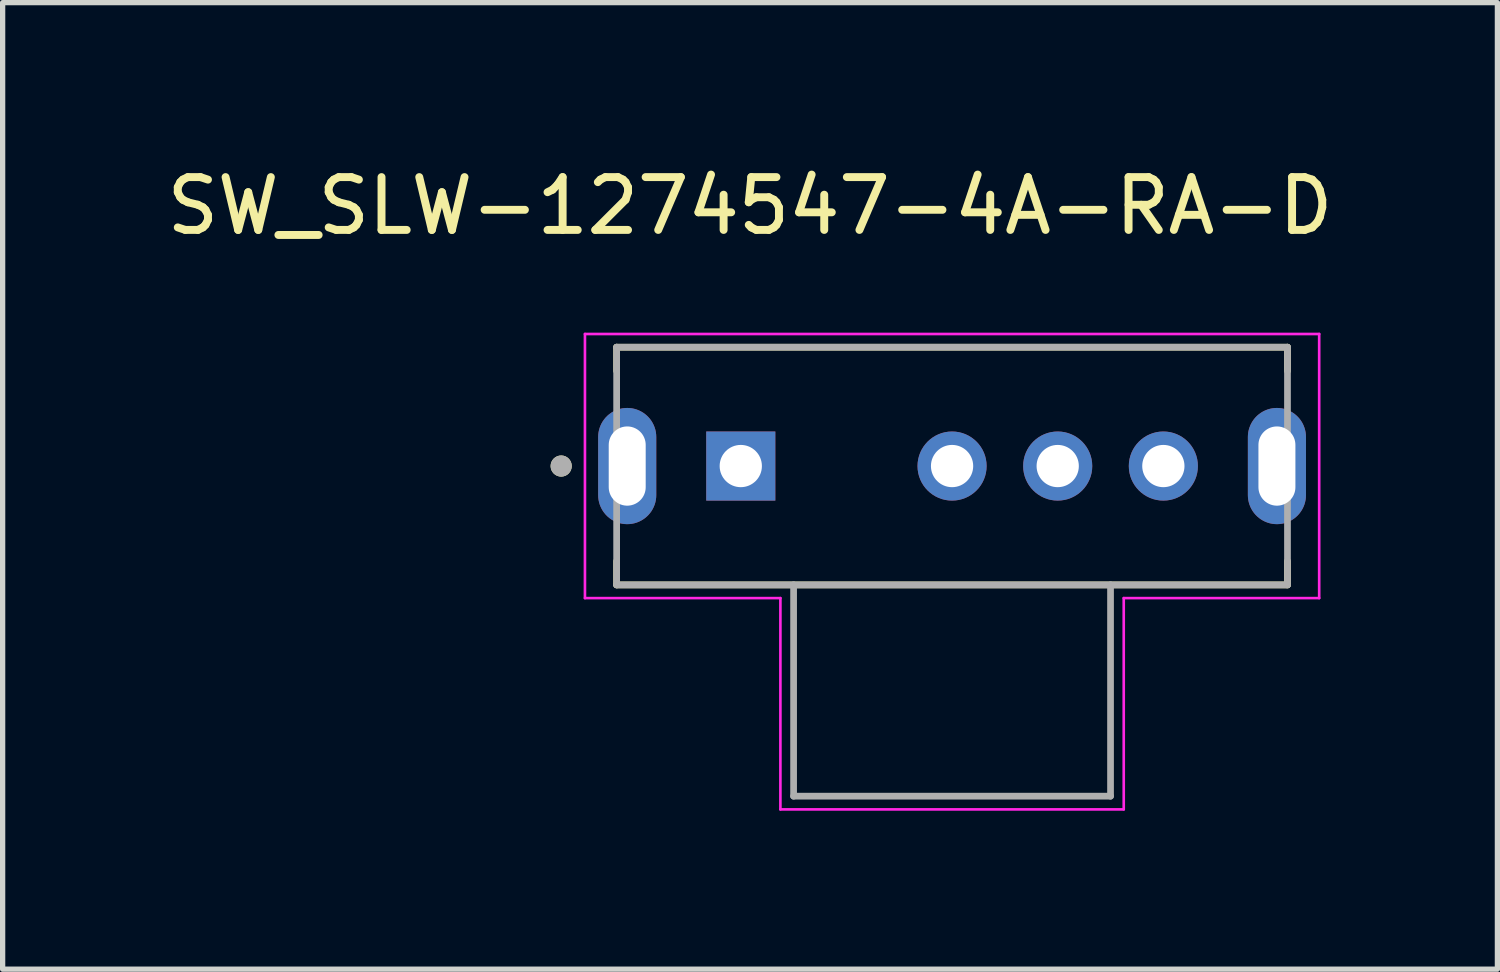
<source format=kicad_pcb>
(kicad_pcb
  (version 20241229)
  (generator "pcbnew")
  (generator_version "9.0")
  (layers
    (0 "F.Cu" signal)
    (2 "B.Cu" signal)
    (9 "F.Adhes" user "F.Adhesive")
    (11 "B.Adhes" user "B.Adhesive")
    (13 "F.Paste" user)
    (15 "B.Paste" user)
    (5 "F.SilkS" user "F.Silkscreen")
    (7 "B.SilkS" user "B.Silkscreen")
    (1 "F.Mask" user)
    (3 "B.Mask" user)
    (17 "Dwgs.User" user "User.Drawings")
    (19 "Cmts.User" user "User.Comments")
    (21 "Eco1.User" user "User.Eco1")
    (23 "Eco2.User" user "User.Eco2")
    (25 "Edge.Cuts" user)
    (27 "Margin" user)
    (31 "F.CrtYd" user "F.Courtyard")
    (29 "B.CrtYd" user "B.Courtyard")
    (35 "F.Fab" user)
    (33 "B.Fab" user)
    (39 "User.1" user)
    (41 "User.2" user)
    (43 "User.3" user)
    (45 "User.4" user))
  (footprint "SW_SLW-1274547-4A-RA-D"
    (layer "F.Cu")
    (at 14.974 5.773)
    (property "Reference" "SW_SLW-1274547-4A-RA-D" (at -3.825 -4.925 0) (layer "F.SilkS") (effects (font (size 1 1) (thickness 0.15))))
    (attr through_hole)
    (fp_line (start -6.35 -2.25) (end 6.35 -2.25) (stroke (width 0.127) (type solid)) (layer "F.SilkS"))
    (fp_line (start -6.35 -1.8) (end -6.35 -2.25) (stroke (width 0.127) (type solid)) (layer "F.SilkS"))
    (fp_line (start -6.35 2.25) (end -6.35 1.8) (stroke (width 0.127) (type solid)) (layer "F.SilkS"))
    (fp_line (start 6.35 -2.25) (end 6.35 -1.8) (stroke (width 0.127) (type solid)) (layer "F.SilkS"))
    (fp_line (start 6.35 1.8) (end 6.35 2.25) (stroke (width 0.127) (type solid)) (layer "F.SilkS"))
    (fp_line (start 6.35 2.25) (end -6.35 2.25) (stroke (width 0.127) (type solid)) (layer "F.SilkS"))
    (fp_circle (center -7.4 0) (end -7.3 0) (stroke (width 0.2) (type solid)) (fill no) (layer "F.SilkS"))
    (fp_line (start -6.95 -2.5) (end -6.95 2.5) (stroke (width 0.05) (type solid)) (layer "F.CrtYd"))
    (fp_line (start -6.95 2.5) (end -3.25 2.5) (stroke (width 0.05) (type solid)) (layer "F.CrtYd"))
    (fp_line (start -3.25 2.5) (end -3.25 6.5) (stroke (width 0.05) (type solid)) (layer "F.CrtYd"))
    (fp_line (start -3.25 6.5) (end 3.25 6.5) (stroke (width 0.05) (type solid)) (layer "F.CrtYd"))
    (fp_line (start 3.25 2.5) (end 6.95 2.5) (stroke (width 0.05) (type solid)) (layer "F.CrtYd"))
    (fp_line (start 3.25 6.5) (end 3.25 2.5) (stroke (width 0.05) (type solid)) (layer "F.CrtYd"))
    (fp_line (start 6.95 -2.5) (end -6.95 -2.5) (stroke (width 0.05) (type solid)) (layer "F.CrtYd"))
    (fp_line (start 6.95 2.5) (end 6.95 -2.5) (stroke (width 0.05) (type solid)) (layer "F.CrtYd"))
    (fp_line (start -6.35 -2.25) (end -6.35 2.25) (stroke (width 0.127) (type solid)) (layer "F.Fab"))
    (fp_line (start -6.35 2.25) (end -3 2.25) (stroke (width 0.127) (type solid)) (layer "F.Fab"))
    (fp_line (start -3 2.25) (end -3 6.25) (stroke (width 0.127) (type solid)) (layer "F.Fab"))
    (fp_line (start -3 2.25) (end 3 2.25) (stroke (width 0.127) (type solid)) (layer "F.Fab"))
    (fp_line (start -3 6.25) (end 3 6.25) (stroke (width 0.127) (type solid)) (layer "F.Fab"))
    (fp_line (start 3 2.25) (end 6.35 2.25) (stroke (width 0.127) (type solid)) (layer "F.Fab"))
    (fp_line (start 3 6.25) (end 3 2.25) (stroke (width 0.127) (type solid)) (layer "F.Fab"))
    (fp_line (start 6.35 -2.25) (end -6.35 -2.25) (stroke (width 0.127) (type solid)) (layer "F.Fab"))
    (fp_line (start 6.35 2.25) (end 6.35 -2.25) (stroke (width 0.127) (type solid)) (layer "F.Fab"))
    (fp_circle (center -7.4 0) (end -7.3 0) (stroke (width 0.2) (type solid)) (fill no) (layer "F.Fab"))
    (pad "1" thru_hole rect (at -4 0) (size 1.308 1.308) (drill 0.8) (layers "*.Cu" "*.Mask"))
    (pad "2" thru_hole circle (at 0 0) (size 1.308 1.308) (drill 0.8) (layers "*.Cu" "*.Mask"))
    (pad "3" thru_hole circle (at 2 0) (size 1.308 1.308) (drill 0.8) (layers "*.Cu" "*.Mask"))
    (pad "4" thru_hole circle (at 4 0) (size 1.308 1.308) (drill 0.8) (layers "*.Cu" "*.Mask"))
    (pad "SH1" thru_hole oval (at -6.15 0) (size 1.1 2.2) (drill oval 0.7 1.5) (layers "*.Cu" "*.Mask"))
    (pad "SH2" thru_hole oval (at 6.15 0) (size 1.1 2.2) (drill oval 0.7 1.5) (layers "*.Cu" "*.Mask")))
  (gr_rect
    (start -3 -3)
    (end 25.298 15.298)
    (stroke (width 0.1) (type default))
    (fill no)
    (layer "Edge.Cuts")))
</source>
